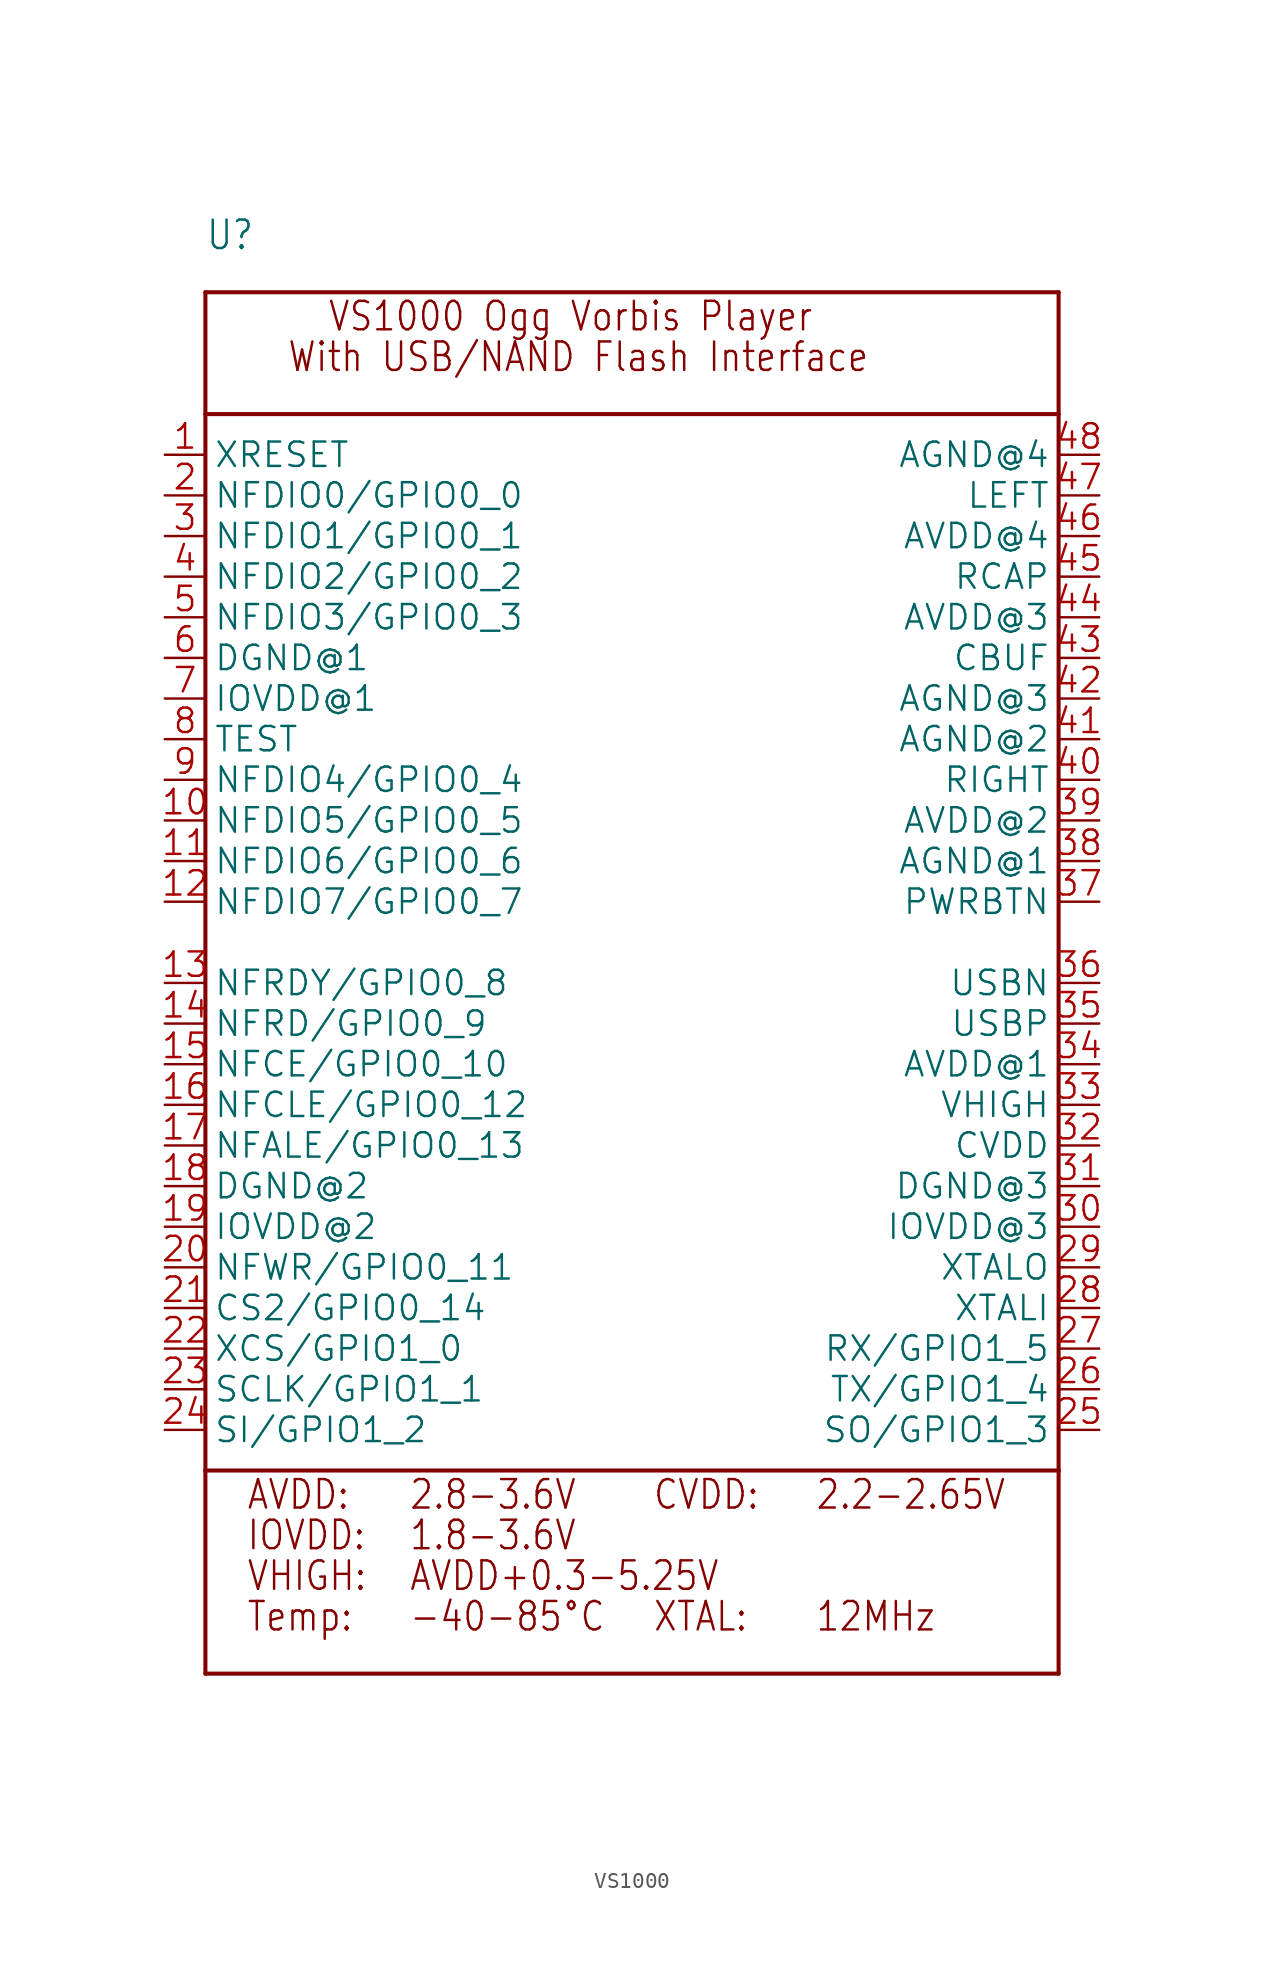
<source format=kicad_sym>
(kicad_symbol_lib
  (version 20241209)
  (generator "kicad_symbol_editor")
  (generator_version "9.0")
  (symbol "VS1000"
    (property "Reference" "U"
      (at -27.94 43.18 0)
      (effects (font (size 1.778 1.511)) (justify left bottom)))
    (property "Value" ""
      (at -27.94 -48.26 0)
      (effects (font (size 1.778 1.511)) (justify left bottom)))
    (property "ki_locked" ""
      (at 0 0 0)
      (effects (font (size 1.27 1.27))))
    (symbol "VS1000_1_0"
      (polyline (pts (xy -27.94 40.64) (xy 25.4 40.64)) (stroke (width 0.254) (type solid)) (fill (type none)))
      (polyline (pts (xy -27.94 33.02) (xy -27.94 40.64)) (stroke (width 0.254) (type solid)) (fill (type none)))
      (polyline (pts (xy -27.94 33.02) (xy 25.4 33.02)) (stroke (width 0.254) (type solid)) (fill (type none)))
      (polyline (pts (xy -27.94 -33.02) (xy -27.94 33.02)) (stroke (width 0.254) (type solid)) (fill (type none)))
      (polyline (pts (xy -27.94 -45.72) (xy -27.94 -33.02)) (stroke (width 0.254) (type solid)) (fill (type none)))
      (polyline (pts (xy 25.4 40.64) (xy 25.4 33.02)) (stroke (width 0.254) (type solid)) (fill (type none)))
      (polyline (pts (xy 25.4 33.02) (xy 25.4 -33.02)) (stroke (width 0.254) (type solid)) (fill (type none)))
      (polyline (pts (xy 25.4 -33.02) (xy -27.94 -33.02)) (stroke (width 0.254) (type solid)) (fill (type none)))
      (polyline (pts (xy 25.4 -33.02) (xy 25.4 -45.72)) (stroke (width 0.254) (type solid)) (fill (type none)))
      (polyline (pts (xy 25.4 -45.72) (xy -27.94 -45.72)) (stroke (width 0.254) (type solid)) (fill (type none)))
      (text "AVDD:" (at -25.4 -35.56 0) (effects (font (size 1.778 1.511)) (justify left bottom)))
      (text "IOVDD:" (at -25.4 -38.1 0) (effects (font (size 1.778 1.511)) (justify left bottom)))
      (text "VHIGH:" (at -25.4 -40.64 0) (effects (font (size 1.778 1.511)) (justify left bottom)))
      (text "Temp:" (at -25.4 -43.18 0) (effects (font (size 1.778 1.511)) (justify left bottom)))
      (text "With USB/NAND Flash Interface" (at -22.86 35.56 0) (effects (font (size 1.778 1.511)) (justify left bottom)))
      (text "VS1000 Ogg Vorbis Player" (at -20.32 38.1 0) (effects (font (size 1.778 1.511)) (justify left bottom)))
      (text "2.8-3.6V" (at -15.24 -35.56 0) (effects (font (size 1.778 1.511)) (justify left bottom)))
      (text "1.8-3.6V" (at -15.24 -38.1 0) (effects (font (size 1.778 1.511)) (justify left bottom)))
      (text "AVDD+0.3-5.25V" (at -15.24 -40.64 0) (effects (font (size 1.778 1.511)) (justify left bottom)))
      (text "-40-85°C" (at -15.24 -43.18 0) (effects (font (size 1.778 1.511)) (justify left bottom)))
      (text "CVDD:" (at 0 -35.56 0) (effects (font (size 1.778 1.511)) (justify left bottom)))
      (text "XTAL:" (at 0 -43.18 0) (effects (font (size 1.778 1.511)) (justify left bottom)))
      (text "2.2-2.65V" (at 10.16 -35.56 0) (effects (font (size 1.778 1.511)) (justify left bottom)))
      (text "12MHz" (at 10.16 -43.18 0) (effects (font (size 1.778 1.511)) (justify left bottom)))
      (pin bidirectional line (at -30.48 30.48 0) (length 2.54) (name "XRESET" (effects (font (size 1.524 1.524)))) (number "1" (effects (font (size 1.524 1.524)))))
      (pin bidirectional line (at -30.48 27.94 0) (length 2.54) (name "NFDIO0/GPIO0_0" (effects (font (size 1.524 1.524)))) (number "2" (effects (font (size 1.524 1.524)))))
      (pin bidirectional line (at -30.48 25.4 0) (length 2.54) (name "NFDIO1/GPIO0_1" (effects (font (size 1.524 1.524)))) (number "3" (effects (font (size 1.524 1.524)))))
      (pin bidirectional line (at -30.48 22.86 0) (length 2.54) (name "NFDIO2/GPIO0_2" (effects (font (size 1.524 1.524)))) (number "4" (effects (font (size 1.524 1.524)))))
      (pin bidirectional line (at -30.48 20.32 0) (length 2.54) (name "NFDIO3/GPIO0_3" (effects (font (size 1.524 1.524)))) (number "5" (effects (font (size 1.524 1.524)))))
      (pin power_in line (at -30.48 17.78 0) (length 2.54) (name "DGND@1" (effects (font (size 1.524 1.524)))) (number "6" (effects (font (size 1.524 1.524)))))
      (pin power_in line (at -30.48 15.24 0) (length 2.54) (name "IOVDD@1" (effects (font (size 1.524 1.524)))) (number "7" (effects (font (size 1.524 1.524)))))
      (pin bidirectional line (at -30.48 12.7 0) (length 2.54) (name "TEST" (effects (font (size 1.524 1.524)))) (number "8" (effects (font (size 1.524 1.524)))))
      (pin bidirectional line (at -30.48 10.16 0) (length 2.54) (name "NFDIO4/GPIO0_4" (effects (font (size 1.524 1.524)))) (number "9" (effects (font (size 1.524 1.524)))))
      (pin bidirectional line (at -30.48 7.62 0) (length 2.54) (name "NFDIO5/GPIO0_5" (effects (font (size 1.524 1.524)))) (number "10" (effects (font (size 1.524 1.524)))))
      (pin bidirectional line (at -30.48 5.08 0) (length 2.54) (name "NFDIO6/GPIO0_6" (effects (font (size 1.524 1.524)))) (number "11" (effects (font (size 1.524 1.524)))))
      (pin bidirectional line (at -30.48 2.54 0) (length 2.54) (name "NFDIO7/GPIO0_7" (effects (font (size 1.524 1.524)))) (number "12" (effects (font (size 1.524 1.524)))))
      (pin bidirectional line (at -30.48 -2.54 0) (length 2.54) (name "NFRDY/GPIO0_8" (effects (font (size 1.524 1.524)))) (number "13" (effects (font (size 1.524 1.524)))))
      (pin bidirectional line (at -30.48 -5.08 0) (length 2.54) (name "NFRD/GPIO0_9" (effects (font (size 1.524 1.524)))) (number "14" (effects (font (size 1.524 1.524)))))
      (pin bidirectional line (at -30.48 -7.62 0) (length 2.54) (name "NFCE/GPIO0_10" (effects (font (size 1.524 1.524)))) (number "15" (effects (font (size 1.524 1.524)))))
      (pin bidirectional line (at -30.48 -10.16 0) (length 2.54) (name "NFCLE/GPIO0_12" (effects (font (size 1.524 1.524)))) (number "16" (effects (font (size 1.524 1.524)))))
      (pin bidirectional line (at -30.48 -12.7 0) (length 2.54) (name "NFALE/GPIO0_13" (effects (font (size 1.524 1.524)))) (number "17" (effects (font (size 1.524 1.524)))))
      (pin power_in line (at -30.48 -15.24 0) (length 2.54) (name "DGND@2" (effects (font (size 1.524 1.524)))) (number "18" (effects (font (size 1.524 1.524)))))
      (pin power_in line (at -30.48 -17.78 0) (length 2.54) (name "IOVDD@2" (effects (font (size 1.524 1.524)))) (number "19" (effects (font (size 1.524 1.524)))))
      (pin bidirectional line (at -30.48 -20.32 0) (length 2.54) (name "NFWR/GPIO0_11" (effects (font (size 1.524 1.524)))) (number "20" (effects (font (size 1.524 1.524)))))
      (pin bidirectional line (at -30.48 -22.86 0) (length 2.54) (name "CS2/GPIO0_14" (effects (font (size 1.524 1.524)))) (number "21" (effects (font (size 1.524 1.524)))))
      (pin bidirectional line (at -30.48 -25.4 0) (length 2.54) (name "XCS/GPIO1_0" (effects (font (size 1.524 1.524)))) (number "22" (effects (font (size 1.524 1.524)))))
      (pin bidirectional line (at -30.48 -27.94 0) (length 2.54) (name "SCLK/GPIO1_1" (effects (font (size 1.524 1.524)))) (number "23" (effects (font (size 1.524 1.524)))))
      (pin bidirectional line (at -30.48 -30.48 0) (length 2.54) (name "SI/GPIO1_2" (effects (font (size 1.524 1.524)))) (number "24" (effects (font (size 1.524 1.524)))))
      (pin power_in line (at 27.94 30.48 180) (length 2.54) (name "AGND@4" (effects (font (size 1.524 1.524)))) (number "48" (effects (font (size 1.524 1.524)))))
      (pin bidirectional line (at 27.94 27.94 180) (length 2.54) (name "LEFT" (effects (font (size 1.524 1.524)))) (number "47" (effects (font (size 1.524 1.524)))))
      (pin power_in line (at 27.94 25.4 180) (length 2.54) (name "AVDD@4" (effects (font (size 1.524 1.524)))) (number "46" (effects (font (size 1.524 1.524)))))
      (pin bidirectional line (at 27.94 22.86 180) (length 2.54) (name "RCAP" (effects (font (size 1.524 1.524)))) (number "45" (effects (font (size 1.524 1.524)))))
      (pin power_in line (at 27.94 20.32 180) (length 2.54) (name "AVDD@3" (effects (font (size 1.524 1.524)))) (number "44" (effects (font (size 1.524 1.524)))))
      (pin bidirectional line (at 27.94 17.78 180) (length 2.54) (name "CBUF" (effects (font (size 1.524 1.524)))) (number "43" (effects (font (size 1.524 1.524)))))
      (pin power_in line (at 27.94 15.24 180) (length 2.54) (name "AGND@3" (effects (font (size 1.524 1.524)))) (number "42" (effects (font (size 1.524 1.524)))))
      (pin power_in line (at 27.94 12.7 180) (length 2.54) (name "AGND@2" (effects (font (size 1.524 1.524)))) (number "41" (effects (font (size 1.524 1.524)))))
      (pin bidirectional line (at 27.94 10.16 180) (length 2.54) (name "RIGHT" (effects (font (size 1.524 1.524)))) (number "40" (effects (font (size 1.524 1.524)))))
      (pin power_in line (at 27.94 7.62 180) (length 2.54) (name "AVDD@2" (effects (font (size 1.524 1.524)))) (number "39" (effects (font (size 1.524 1.524)))))
      (pin power_in line (at 27.94 5.08 180) (length 2.54) (name "AGND@1" (effects (font (size 1.524 1.524)))) (number "38" (effects (font (size 1.524 1.524)))))
      (pin bidirectional line (at 27.94 2.54 180) (length 2.54) (name "PWRBTN" (effects (font (size 1.524 1.524)))) (number "37" (effects (font (size 1.524 1.524)))))
      (pin bidirectional line (at 27.94 -2.54 180) (length 2.54) (name "USBN" (effects (font (size 1.524 1.524)))) (number "36" (effects (font (size 1.524 1.524)))))
      (pin bidirectional line (at 27.94 -5.08 180) (length 2.54) (name "USBP" (effects (font (size 1.524 1.524)))) (number "35" (effects (font (size 1.524 1.524)))))
      (pin power_in line (at 27.94 -7.62 180) (length 2.54) (name "AVDD@1" (effects (font (size 1.524 1.524)))) (number "34" (effects (font (size 1.524 1.524)))))
      (pin power_in line (at 27.94 -10.16 180) (length 2.54) (name "VHIGH" (effects (font (size 1.524 1.524)))) (number "33" (effects (font (size 1.524 1.524)))))
      (pin power_in line (at 27.94 -12.7 180) (length 2.54) (name "CVDD" (effects (font (size 1.524 1.524)))) (number "32" (effects (font (size 1.524 1.524)))))
      (pin power_in line (at 27.94 -15.24 180) (length 2.54) (name "DGND@3" (effects (font (size 1.524 1.524)))) (number "31" (effects (font (size 1.524 1.524)))))
      (pin power_in line (at 27.94 -17.78 180) (length 2.54) (name "IOVDD@3" (effects (font (size 1.524 1.524)))) (number "30" (effects (font (size 1.524 1.524)))))
      (pin bidirectional line (at 27.94 -20.32 180) (length 2.54) (name "XTALO" (effects (font (size 1.524 1.524)))) (number "29" (effects (font (size 1.524 1.524)))))
      (pin bidirectional line (at 27.94 -22.86 180) (length 2.54) (name "XTALI" (effects (font (size 1.524 1.524)))) (number "28" (effects (font (size 1.524 1.524)))))
      (pin bidirectional line (at 27.94 -25.4 180) (length 2.54) (name "RX/GPIO1_5" (effects (font (size 1.524 1.524)))) (number "27" (effects (font (size 1.524 1.524)))))
      (pin bidirectional line (at 27.94 -27.94 180) (length 2.54) (name "TX/GPIO1_4" (effects (font (size 1.524 1.524)))) (number "26" (effects (font (size 1.524 1.524)))))
      (pin bidirectional line (at 27.94 -30.48 180) (length 2.54) (name "SO/GPIO1_3" (effects (font (size 1.524 1.524)))) (number "25" (effects (font (size 1.524 1.524))))))))
</source>
